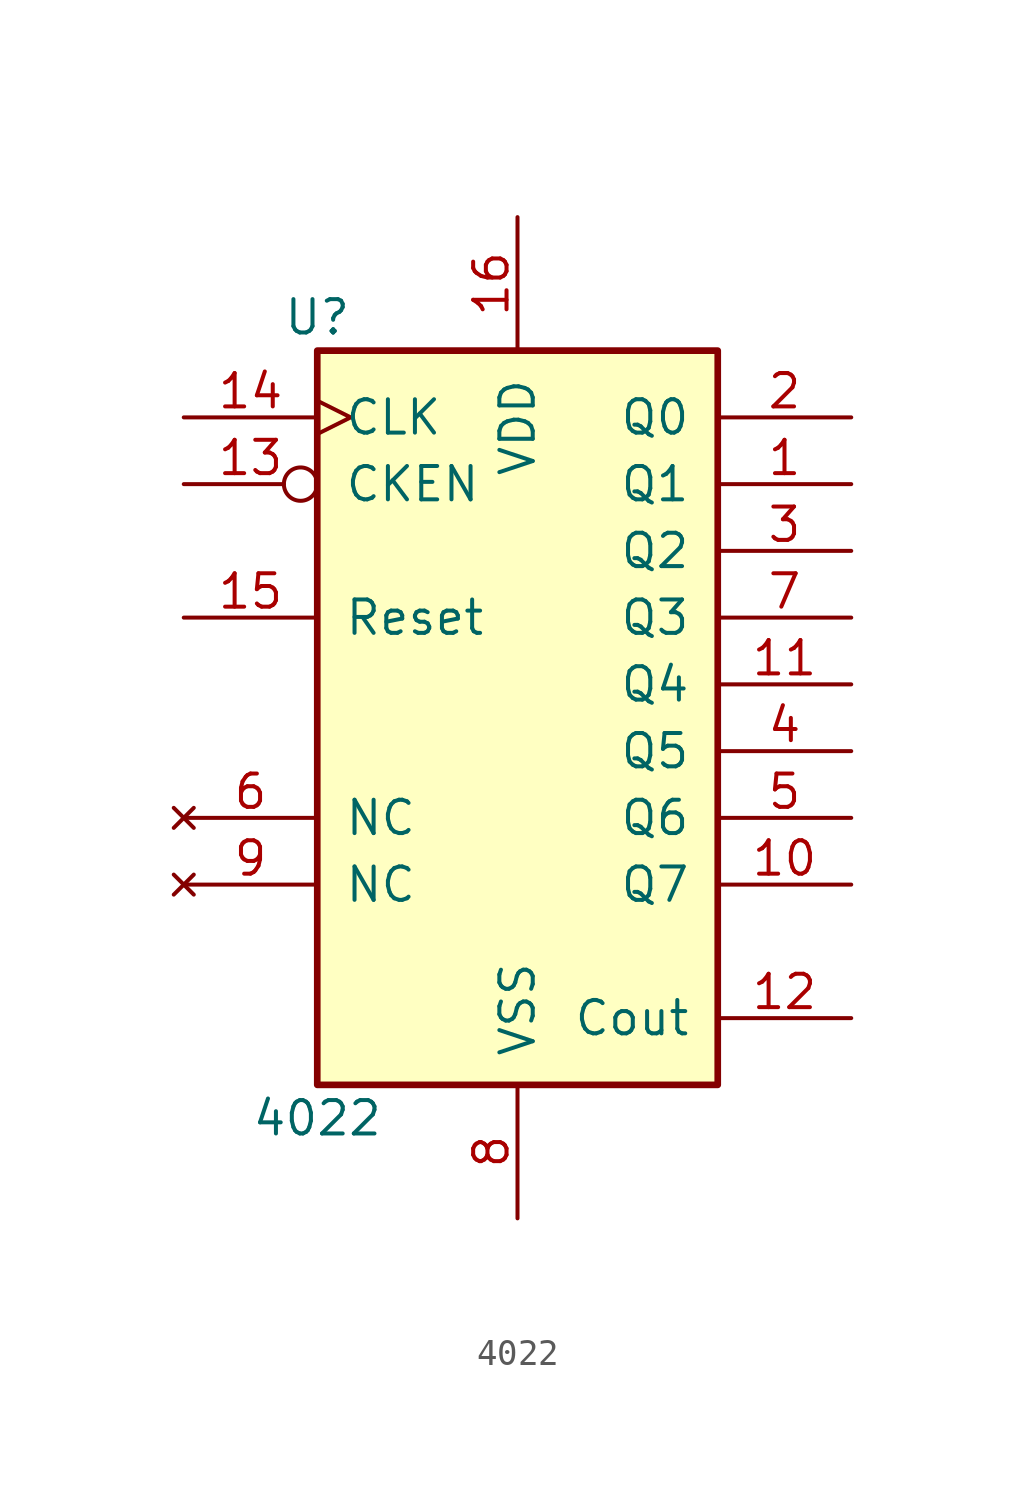
<source format=kicad_sym>
(kicad_symbol_lib
  (version 20241209)
  (generator "kicad_symbol_editor")
  (generator_version "9.0")
  (symbol "4022"
    (pin_names
      (offset 1.016))
    (property "Reference" "U"
      (at -7.62 13.97 0)
      (effects (font (size 1.27 1.27))))
    (property "Value" "4022"
      (at -7.62 -16.51 0)
      (effects (font (size 1.27 1.27))))
    (property "ki_locked" ""
      (at 0 0 0)
      (effects (font (size 1.27 1.27))))
    (symbol "4022_1_0"
      (pin input clock (at -12.7 10.16 0) (length 5.08) (name "CLK" (effects (font (size 1.27 1.27)))) (number "14" (effects (font (size 1.27 1.27)))))
      (pin input inverted (at -12.7 7.62 0) (length 5.08) (name "CKEN" (effects (font (size 1.27 1.27)))) (number "13" (effects (font (size 1.27 1.27)))))
      (pin input line (at -12.7 2.54 0) (length 5.08) (name "Reset" (effects (font (size 1.27 1.27)))) (number "15" (effects (font (size 1.27 1.27)))))
      (pin no_connect line (at -12.7 -5.08 0) (length 5.08) (name "NC" (effects (font (size 1.27 1.27)))) (number "6" (effects (font (size 1.27 1.27)))))
      (pin no_connect line (at -12.7 -7.62 0) (length 5.08) (name "NC" (effects (font (size 1.27 1.27)))) (number "9" (effects (font (size 1.27 1.27)))))
      (pin power_in line (at 0 17.78 270) (length 5.08) (name "VDD" (effects (font (size 1.27 1.27)))) (number "16" (effects (font (size 1.27 1.27)))))
      (pin power_in line (at 0 -20.32 90) (length 5.08) (name "VSS" (effects (font (size 1.27 1.27)))) (number "8" (effects (font (size 1.27 1.27)))))
      (pin output line (at 12.7 10.16 180) (length 5.08) (name "Q0" (effects (font (size 1.27 1.27)))) (number "2" (effects (font (size 1.27 1.27)))))
      (pin output line (at 12.7 7.62 180) (length 5.08) (name "Q1" (effects (font (size 1.27 1.27)))) (number "1" (effects (font (size 1.27 1.27)))))
      (pin output line (at 12.7 5.08 180) (length 5.08) (name "Q2" (effects (font (size 1.27 1.27)))) (number "3" (effects (font (size 1.27 1.27)))))
      (pin output line (at 12.7 2.54 180) (length 5.08) (name "Q3" (effects (font (size 1.27 1.27)))) (number "7" (effects (font (size 1.27 1.27)))))
      (pin output line (at 12.7 0 180) (length 5.08) (name "Q4" (effects (font (size 1.27 1.27)))) (number "11" (effects (font (size 1.27 1.27)))))
      (pin output line (at 12.7 -2.54 180) (length 5.08) (name "Q5" (effects (font (size 1.27 1.27)))) (number "4" (effects (font (size 1.27 1.27)))))
      (pin output line (at 12.7 -5.08 180) (length 5.08) (name "Q6" (effects (font (size 1.27 1.27)))) (number "5" (effects (font (size 1.27 1.27)))))
      (pin output line (at 12.7 -7.62 180) (length 5.08) (name "Q7" (effects (font (size 1.27 1.27)))) (number "10" (effects (font (size 1.27 1.27)))))
      (pin output line (at 12.7 -12.7 180) (length 5.08) (name "Cout" (effects (font (size 1.27 1.27)))) (number "12" (effects (font (size 1.27 1.27))))))
    (symbol "4022_1_1"
      (rectangle (start -7.62 12.7) (end 7.62 -15.24) (stroke (width 0.254) (type default)) (fill (type background))))))
</source>
